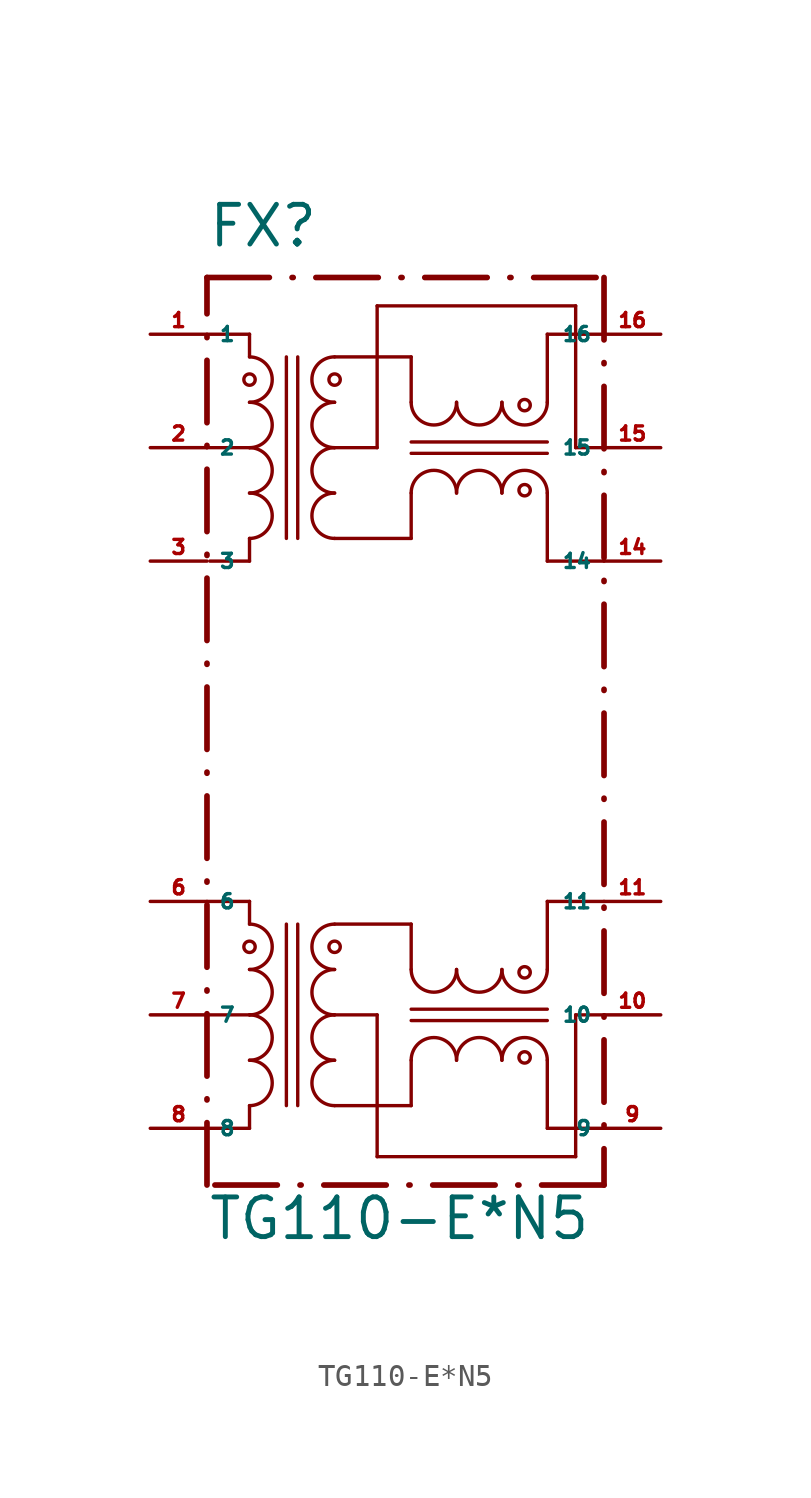
<source format=kicad_sym>
(kicad_symbol_lib
  (version 20220914)
  (generator Eagle2Kicad)
  (symbol "TG110-E*N5"
    (property "Reference" "FX"
      (at -7.62 21.59 0)
      (effects (font (size 1.778 1.778) (thickness 0.22)) (justify left bottom)))
    (property "Value" "TG110-E*N5"
      (at -7.62 -22.86 0)
      (effects (font (size 1.778 1.778) (thickness 0.22)) (justify left bottom)))
    (polyline
      (pts (xy 10.16 17.78) (xy 7.62 17.78))
      (stroke (width 0.152) (type default))
      (fill (type none)))
    (polyline
      (pts (xy 7.62 17.78) (xy 7.62 14.732))
      (stroke (width 0.152) (type default))
      (fill (type none)))
    (arc
      (start 5.588 14.732)
      (mid 6.604 13.716)
      (end 7.62 14.732)
      (stroke (width 0.1524) (type default))
      (fill (type none)))
    (arc
      (start 3.556 14.732)
      (mid 4.572 13.716)
      (end 5.588 14.732)
      (stroke (width 0.1524) (type default))
      (fill (type none)))
    (arc
      (start 1.524 14.732)
      (mid 2.540 13.716)
      (end 3.556 14.732)
      (stroke (width 0.1524) (type default))
      (fill (type none)))
    (arc
      (start -1.905 16.764)
      (mid -2.921 15.748)
      (end -1.905 14.732)
      (stroke (width 0.1524) (type default))
      (fill (type none)))
    (arc
      (start -1.905 14.732)
      (mid -2.921 13.716)
      (end -1.905 12.7)
      (stroke (width 0.1524) (type default))
      (fill (type none)))
    (arc
      (start -1.905 12.7)
      (mid -2.921 11.684)
      (end -1.905 10.668)
      (stroke (width 0.1524) (type default))
      (fill (type none)))
    (arc
      (start -1.905 10.668)
      (mid -2.921 9.652)
      (end -1.905 8.636)
      (stroke (width 0.1524) (type default))
      (fill (type none)))
    (polyline
      (pts (xy 7.62 7.62) (xy 7.62 10.668))
      (stroke (width 0.152) (type default))
      (fill (type none)))
    (arc
      (start 7.62 10.668)
      (mid 6.604 11.684)
      (end 5.588 10.668)
      (stroke (width 0.1524) (type default))
      (fill (type none)))
    (arc
      (start 5.588 10.668)
      (mid 4.572 11.684)
      (end 3.556 10.668)
      (stroke (width 0.1524) (type default))
      (fill (type none)))
    (arc
      (start 3.556 10.668)
      (mid 2.540 11.684)
      (end 1.524 10.668)
      (stroke (width 0.1524) (type default))
      (fill (type none)))
    (polyline
      (pts (xy 1.524 12.954) (xy 7.62 12.954))
      (stroke (width 0.152) (type default))
      (fill (type none)))
    (polyline
      (pts (xy 7.62 12.446) (xy 1.524 12.446))
      (stroke (width 0.152) (type default))
      (fill (type none)))
    (polyline
      (pts (xy 1.524 14.732) (xy 1.524 16.764))
      (stroke (width 0.152) (type default))
      (fill (type none)))
    (polyline
      (pts (xy 1.524 16.764) (xy -1.905 16.764))
      (stroke (width 0.152) (type default))
      (fill (type none)))
    (polyline
      (pts (xy 1.524 10.668) (xy 1.524 8.636))
      (stroke (width 0.152) (type default))
      (fill (type none)))
    (polyline
      (pts (xy 1.524 8.636) (xy -1.905 8.636))
      (stroke (width 0.152) (type default))
      (fill (type none)))
    (polyline
      (pts (xy -1.905 12.7) (xy 0 12.7))
      (stroke (width 0.152) (type default))
      (fill (type none)))
    (polyline
      (pts (xy 0 12.7) (xy 0 19.05))
      (stroke (width 0.152) (type default))
      (fill (type none)))
    (polyline
      (pts (xy 0 19.05) (xy 8.89 19.05))
      (stroke (width 0.152) (type default))
      (fill (type none)))
    (polyline
      (pts (xy 8.89 19.05) (xy 8.89 12.7))
      (stroke (width 0.152) (type default))
      (fill (type none)))
    (polyline
      (pts (xy 8.89 12.7) (xy 10.16 12.7))
      (stroke (width 0.152) (type default))
      (fill (type none)))
    (polyline
      (pts (xy 7.62 7.62) (xy 10.16 7.62))
      (stroke (width 0.152) (type default))
      (fill (type none)))
    (arc
      (start -5.715 14.732)
      (mid -4.699 15.748)
      (end -5.715 16.764)
      (stroke (width 0.1524) (type default))
      (fill (type none)))
    (arc
      (start -5.715 12.7)
      (mid -4.699 13.716)
      (end -5.715 14.732)
      (stroke (width 0.1524) (type default))
      (fill (type none)))
    (arc
      (start -5.715 10.668)
      (mid -4.699 11.684)
      (end -5.715 12.7)
      (stroke (width 0.1524) (type default))
      (fill (type none)))
    (arc
      (start -5.715 8.636)
      (mid -4.699 9.652)
      (end -5.715 10.668)
      (stroke (width 0.1524) (type default))
      (fill (type none)))
    (polyline
      (pts (xy -5.715 17.78) (xy -5.715 16.764))
      (stroke (width 0.152) (type default))
      (fill (type none)))
    (polyline
      (pts (xy -5.715 7.62) (xy -5.715 8.636))
      (stroke (width 0.152) (type default))
      (fill (type none)))
    (polyline
      (pts (xy -4.064 8.636) (xy -4.064 16.764))
      (stroke (width 0.152) (type default))
      (fill (type none)))
    (polyline
      (pts (xy -3.556 16.764) (xy -3.556 8.636))
      (stroke (width 0.152) (type default))
      (fill (type none)))
    (polyline
      (pts (xy -5.715 17.78) (xy -7.62 17.78))
      (stroke (width 0.152) (type default))
      (fill (type none)))
    (polyline
      (pts (xy -5.715 7.62) (xy -7.493 7.62))
      (stroke (width 0.152) (type default))
      (fill (type none)))
    (polyline
      (pts (xy -5.715 12.7) (xy -7.62 12.7))
      (stroke (width 0.152) (type default))
      (fill (type none)))
    (polyline
      (pts (xy 10.16 -7.62) (xy 7.62 -7.62))
      (stroke (width 0.152) (type default))
      (fill (type none)))
    (polyline
      (pts (xy 7.62 -7.62) (xy 7.62 -10.668))
      (stroke (width 0.152) (type default))
      (fill (type none)))
    (arc
      (start 5.588 -10.668)
      (mid 6.604 -11.684)
      (end 7.62 -10.668)
      (stroke (width 0.1524) (type default))
      (fill (type none)))
    (arc
      (start 3.556 -10.668)
      (mid 4.572 -11.684)
      (end 5.588 -10.668)
      (stroke (width 0.1524) (type default))
      (fill (type none)))
    (arc
      (start 1.524 -10.668)
      (mid 2.540 -11.684)
      (end 3.556 -10.668)
      (stroke (width 0.1524) (type default))
      (fill (type none)))
    (arc
      (start -1.905 -8.636)
      (mid -2.921 -9.652)
      (end -1.905 -10.668)
      (stroke (width 0.1524) (type default))
      (fill (type none)))
    (arc
      (start -1.905 -10.668)
      (mid -2.921 -11.684)
      (end -1.905 -12.7)
      (stroke (width 0.1524) (type default))
      (fill (type none)))
    (arc
      (start -1.905 -12.7)
      (mid -2.921 -13.716)
      (end -1.905 -14.732)
      (stroke (width 0.1524) (type default))
      (fill (type none)))
    (arc
      (start -1.905 -14.732)
      (mid -2.921 -15.748)
      (end -1.905 -16.764)
      (stroke (width 0.1524) (type default))
      (fill (type none)))
    (polyline
      (pts (xy 7.62 -17.78) (xy 7.62 -14.732))
      (stroke (width 0.152) (type default))
      (fill (type none)))
    (arc
      (start 7.62 -14.732)
      (mid 6.604 -13.716)
      (end 5.588 -14.732)
      (stroke (width 0.1524) (type default))
      (fill (type none)))
    (arc
      (start 5.588 -14.732)
      (mid 4.572 -13.716)
      (end 3.556 -14.732)
      (stroke (width 0.1524) (type default))
      (fill (type none)))
    (arc
      (start 3.556 -14.732)
      (mid 2.540 -13.716)
      (end 1.524 -14.732)
      (stroke (width 0.1524) (type default))
      (fill (type none)))
    (polyline
      (pts (xy 1.524 -12.446) (xy 7.62 -12.446))
      (stroke (width 0.152) (type default))
      (fill (type none)))
    (polyline
      (pts (xy 7.62 -12.954) (xy 1.524 -12.954))
      (stroke (width 0.152) (type default))
      (fill (type none)))
    (polyline
      (pts (xy 1.524 -10.668) (xy 1.524 -8.636))
      (stroke (width 0.152) (type default))
      (fill (type none)))
    (polyline
      (pts (xy 1.524 -8.636) (xy -1.905 -8.636))
      (stroke (width 0.152) (type default))
      (fill (type none)))
    (polyline
      (pts (xy 1.524 -14.732) (xy 1.524 -16.764))
      (stroke (width 0.152) (type default))
      (fill (type none)))
    (polyline
      (pts (xy 1.524 -16.764) (xy -1.905 -16.764))
      (stroke (width 0.152) (type default))
      (fill (type none)))
    (polyline
      (pts (xy -1.905 -12.7) (xy 0 -12.7))
      (stroke (width 0.152) (type default))
      (fill (type none)))
    (polyline
      (pts (xy 0 -12.7) (xy 0 -19.05))
      (stroke (width 0.152) (type default))
      (fill (type none)))
    (polyline
      (pts (xy 0 -19.05) (xy 8.89 -19.05))
      (stroke (width 0.152) (type default))
      (fill (type none)))
    (polyline
      (pts (xy 8.89 -19.05) (xy 8.89 -12.7))
      (stroke (width 0.152) (type default))
      (fill (type none)))
    (polyline
      (pts (xy 8.89 -12.7) (xy 10.16 -12.7))
      (stroke (width 0.152) (type default))
      (fill (type none)))
    (polyline
      (pts (xy 7.62 -17.78) (xy 10.16 -17.78))
      (stroke (width 0.152) (type default))
      (fill (type none)))
    (arc
      (start -5.715 -10.668)
      (mid -4.699 -9.652)
      (end -5.715 -8.636)
      (stroke (width 0.1524) (type default))
      (fill (type none)))
    (arc
      (start -5.715 -12.7)
      (mid -4.699 -11.684)
      (end -5.715 -10.668)
      (stroke (width 0.1524) (type default))
      (fill (type none)))
    (arc
      (start -5.715 -14.732)
      (mid -4.699 -13.716)
      (end -5.715 -12.7)
      (stroke (width 0.1524) (type default))
      (fill (type none)))
    (arc
      (start -5.715 -16.764)
      (mid -4.699 -15.748)
      (end -5.715 -14.732)
      (stroke (width 0.1524) (type default))
      (fill (type none)))
    (polyline
      (pts (xy -5.715 -7.62) (xy -5.715 -8.636))
      (stroke (width 0.152) (type default))
      (fill (type none)))
    (polyline
      (pts (xy -5.715 -17.78) (xy -5.715 -16.764))
      (stroke (width 0.152) (type default))
      (fill (type none)))
    (polyline
      (pts (xy -4.064 -16.764) (xy -4.064 -8.636))
      (stroke (width 0.152) (type default))
      (fill (type none)))
    (polyline
      (pts (xy -3.556 -8.636) (xy -3.556 -16.764))
      (stroke (width 0.152) (type default))
      (fill (type none)))
    (polyline
      (pts (xy -5.715 -7.62) (xy -7.62 -7.62))
      (stroke (width 0.152) (type default))
      (fill (type none)))
    (polyline
      (pts (xy -5.715 -17.78) (xy -7.493 -17.78))
      (stroke (width 0.152) (type default))
      (fill (type none)))
    (polyline
      (pts (xy -5.715 -12.7) (xy -7.62 -12.7))
      (stroke (width 0.152) (type default))
      (fill (type none)))
    (polyline
      (pts (xy 10.16 20.32) (xy 10.16 -20.32))
      (stroke (width 0.254) (type dash_dot))
      (fill (type none)))
    (polyline
      (pts (xy 10.16 -20.32) (xy -7.62 -20.32))
      (stroke (width 0.254) (type dash_dot))
      (fill (type none)))
    (polyline
      (pts (xy -7.62 -20.32) (xy -7.62 20.32))
      (stroke (width 0.254) (type dash_dot))
      (fill (type none)))
    (polyline
      (pts (xy -7.62 20.32) (xy 10.16 20.32))
      (stroke (width 0.254) (type dash_dot))
      (fill (type none)))
    (circle
      (center -1.905 15.748)
      (radius 0.254)
      (stroke (width 0) (type default))
      (fill (type none)))
    (circle
      (center 6.604 14.605)
      (radius 0.254)
      (stroke (width 0) (type default))
      (fill (type none)))
    (circle
      (center 6.604 10.795)
      (radius 0.254)
      (stroke (width 0) (type default))
      (fill (type none)))
    (circle
      (center -5.715 15.748)
      (radius 0.254)
      (stroke (width 0) (type default))
      (fill (type none)))
    (circle
      (center -1.905 -9.652)
      (radius 0.254)
      (stroke (width 0) (type default))
      (fill (type none)))
    (circle
      (center 6.604 -10.795)
      (radius 0.254)
      (stroke (width 0) (type default))
      (fill (type none)))
    (circle
      (center 6.604 -14.605)
      (radius 0.254)
      (stroke (width 0) (type default))
      (fill (type none)))
    (circle
      (center -5.715 -9.652)
      (radius 0.254)
      (stroke (width 0) (type default))
      (fill (type none)))
    (pin passive line
      (at -10.16 17.78 0)
      (length 2.54)
      (name "1" (effects (font (size 0.635 0.635) (thickness 0.08)) (justify left bottom)))
      (number "1" (effects (font (size 0.635 0.635) (thickness 0.08)) (justify left bottom))))
    (pin passive line
      (at -10.16 12.7 0)
      (length 2.54)
      (name "2" (effects (font (size 0.635 0.635) (thickness 0.08)) (justify left bottom)))
      (number "2" (effects (font (size 0.635 0.635) (thickness 0.08)) (justify left bottom))))
    (pin passive line
      (at -10.16 7.62 0)
      (length 2.54)
      (name "3" (effects (font (size 0.635 0.635) (thickness 0.08)) (justify left bottom)))
      (number "3" (effects (font (size 0.635 0.635) (thickness 0.08)) (justify left bottom))))
    (pin passive line
      (at -10.16 -7.62 0)
      (length 2.54)
      (name "6" (effects (font (size 0.635 0.635) (thickness 0.08)) (justify left bottom)))
      (number "6" (effects (font (size 0.635 0.635) (thickness 0.08)) (justify left bottom))))
    (pin passive line
      (at -10.16 -12.7 0)
      (length 2.54)
      (name "7" (effects (font (size 0.635 0.635) (thickness 0.08)) (justify left bottom)))
      (number "7" (effects (font (size 0.635 0.635) (thickness 0.08)) (justify left bottom))))
    (pin passive line
      (at -10.16 -17.78 0)
      (length 2.54)
      (name "8" (effects (font (size 0.635 0.635) (thickness 0.08)) (justify left bottom)))
      (number "8" (effects (font (size 0.635 0.635) (thickness 0.08)) (justify left bottom))))
    (pin passive line
      (at 12.7 -17.78 180)
      (length 2.54)
      (name "9" (effects (font (size 0.635 0.635) (thickness 0.08)) (justify left bottom)))
      (number "9" (effects (font (size 0.635 0.635) (thickness 0.08)) (justify left bottom))))
    (pin passive line
      (at 12.7 -12.7 180)
      (length 2.54)
      (name "10" (effects (font (size 0.635 0.635) (thickness 0.08)) (justify left bottom)))
      (number "10" (effects (font (size 0.635 0.635) (thickness 0.08)) (justify left bottom))))
    (pin passive line
      (at 12.7 -7.62 180)
      (length 2.54)
      (name "11" (effects (font (size 0.635 0.635) (thickness 0.08)) (justify left bottom)))
      (number "11" (effects (font (size 0.635 0.635) (thickness 0.08)) (justify left bottom))))
    (pin passive line
      (at 12.7 7.62 180)
      (length 2.54)
      (name "14" (effects (font (size 0.635 0.635) (thickness 0.08)) (justify left bottom)))
      (number "14" (effects (font (size 0.635 0.635) (thickness 0.08)) (justify left bottom))))
    (pin passive line
      (at 12.7 12.7 180)
      (length 2.54)
      (name "15" (effects (font (size 0.635 0.635) (thickness 0.08)) (justify left bottom)))
      (number "15" (effects (font (size 0.635 0.635) (thickness 0.08)) (justify left bottom))))
    (pin passive line
      (at 12.7 17.78 180)
      (length 2.54)
      (name "16" (effects (font (size 0.635 0.635) (thickness 0.08)) (justify left bottom)))
      (number "16" (effects (font (size 0.635 0.635) (thickness 0.08)) (justify left bottom))))))
</source>
